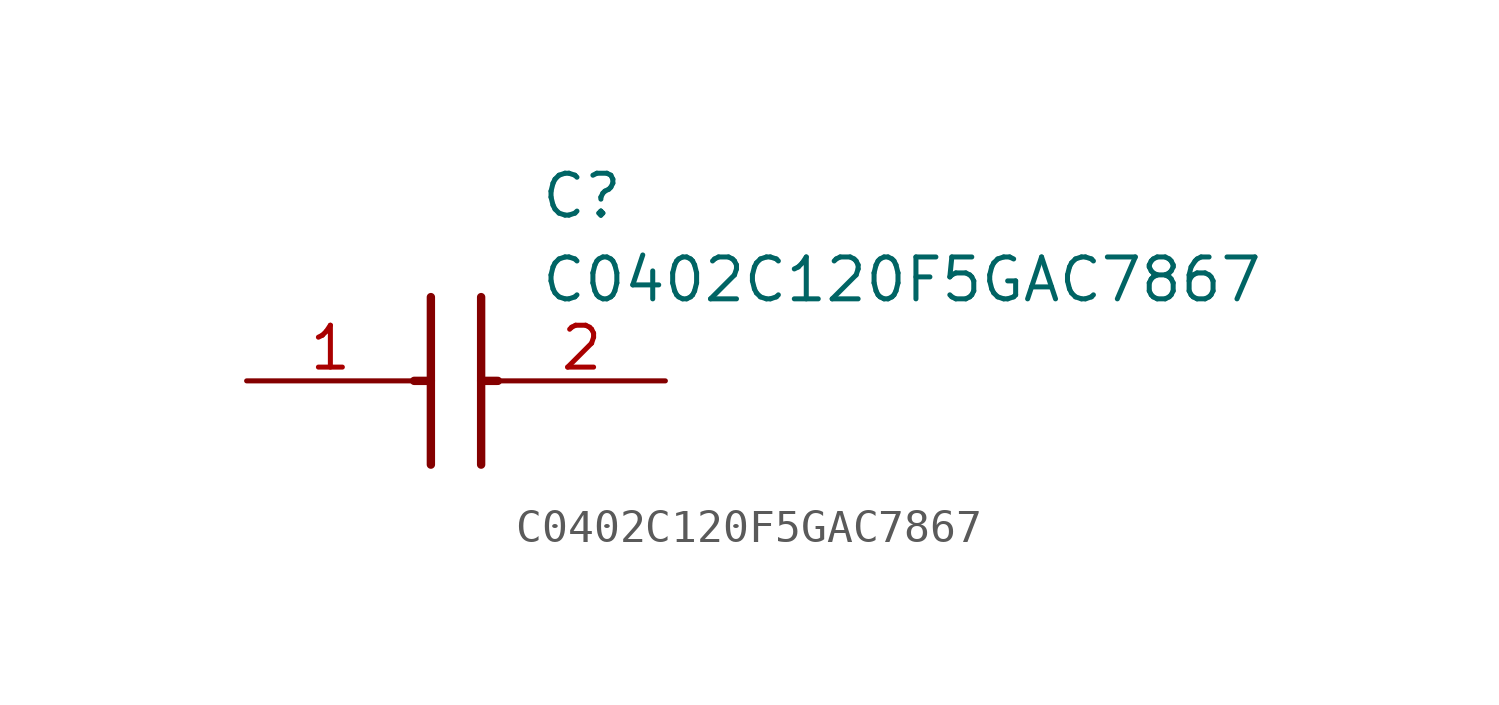
<source format=kicad_sym>
(kicad_symbol_lib
  (version 20211014)
  (generator SamacSys_ECAD_Model)
  (symbol "C0402C120F5GAC7867"
    (pin_names hide)
    (property "Reference" "C"
      (at 8.89 6.35 0)
      (effects (font (size 1.27 1.27)) (justify left top)))
    (property "Value" "C0402C120F5GAC7867"
      (at 8.89 3.81 0)
      (effects (font (size 1.27 1.27)) (justify left top)))
    (polyline
      (pts (xy 5.588 2.54) (xy 5.588 -2.54))
      (stroke (width 0.254) (type default))
      (fill (type none)))
    (polyline
      (pts (xy 7.112 2.54) (xy 7.112 -2.54))
      (stroke (width 0.254) (type default))
      (fill (type none)))
    (polyline
      (pts (xy 5.08 0) (xy 5.588 0))
      (stroke (width 0.254) (type default))
      (fill (type none)))
    (polyline
      (pts (xy 7.112 0) (xy 7.62 0))
      (stroke (width 0.254) (type default))
      (fill (type none)))
    (pin passive line
      (at 0 0 0)
      (length 5.08)
      (name "1" (effects (font (size 1.27 1.27))))
      (number "1" (effects (font (size 1.27 1.27)))))
    (pin passive line
      (at 12.7 0 180)
      (length 5.08)
      (name "2" (effects (font (size 1.27 1.27))))
      (number "2" (effects (font (size 1.27 1.27)))))))
</source>
